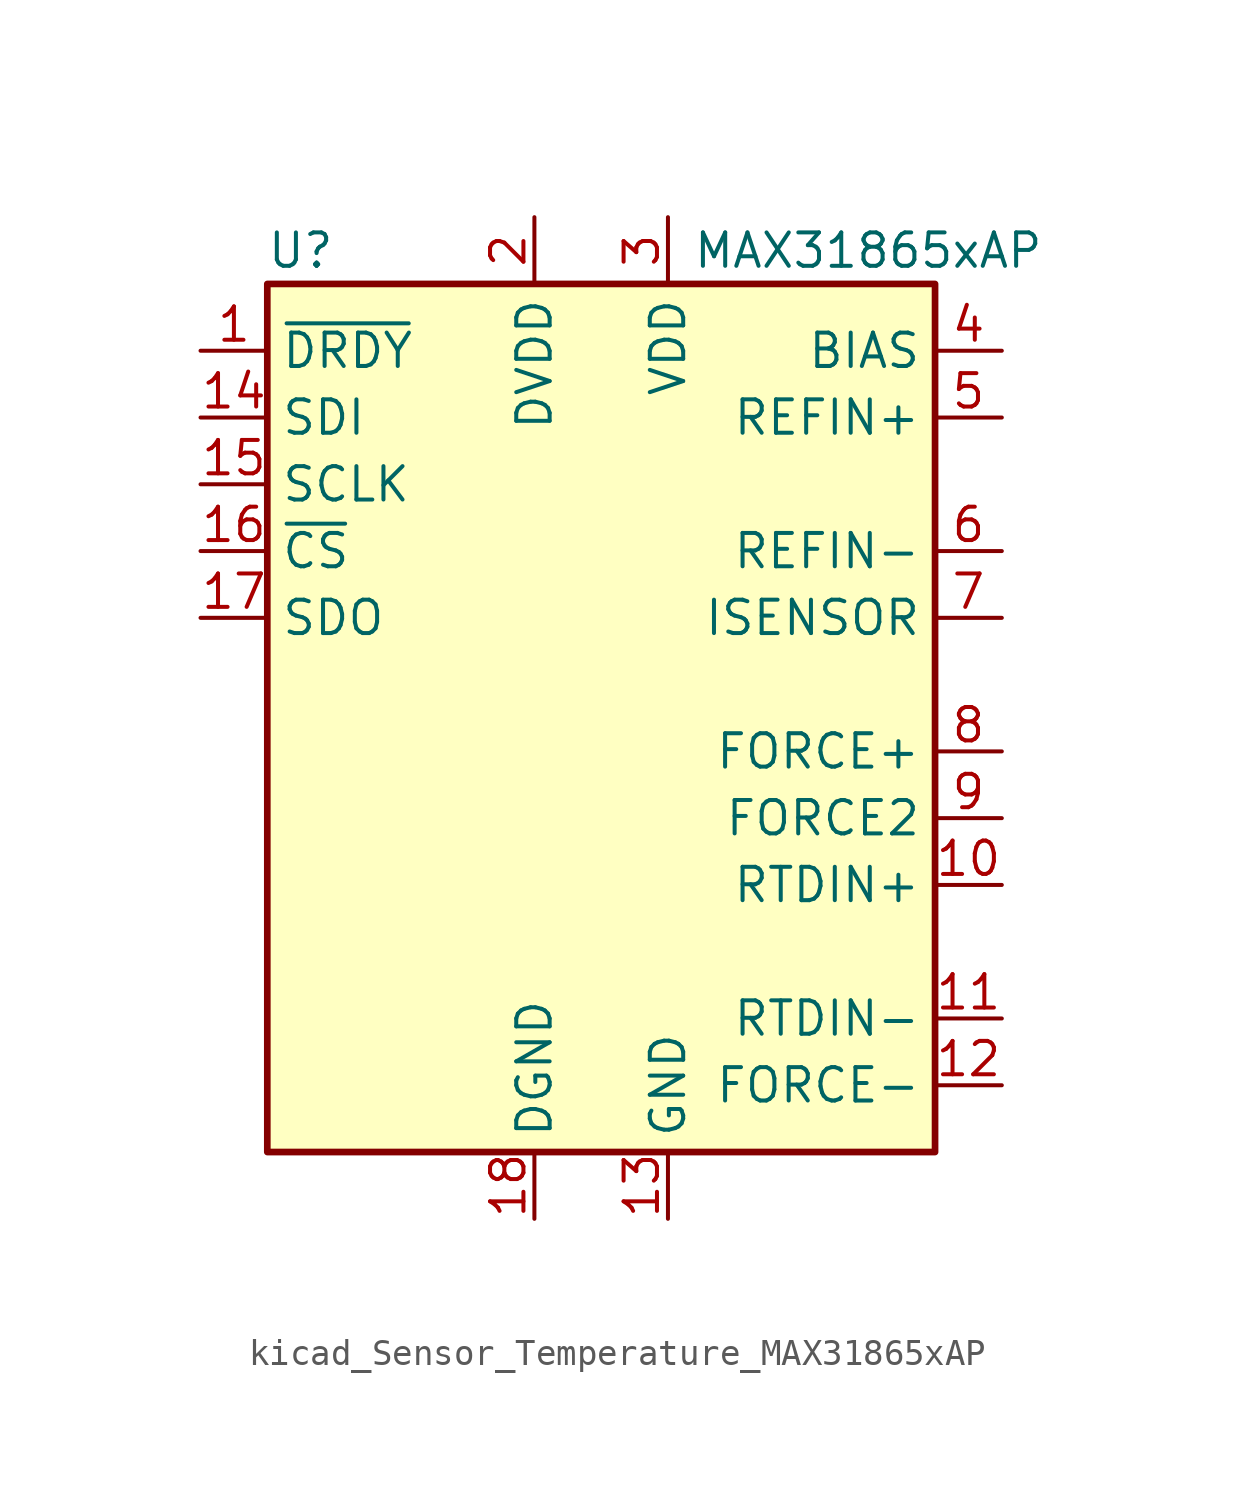
<source format=kicad_sym>
(kicad_symbol_lib
  (version 20220914)
  (generator kicad_symbol_editor)
  (symbol "kicad_Sensor_Temperature_MAX31865xAP"
    (property "Reference" "U"
      (at -11.43 19.05 0)
      (effects (font (size 1.27 1.27))))
    (property "Value" "MAX31865xAP"
      (at 10.16 19.05 0)
      (effects (font (size 1.27 1.27))))
    (symbol "kicad_Sensor_Temperature_MAX31865xAP_0_1"
      (rectangle (start -12.7 17.78) (end 12.7 -15.24) (stroke (width 0.254) (type default)) (fill (type background))))
    (symbol "kicad_Sensor_Temperature_MAX31865xAP_1_1"
      (pin output line (at -15.24 15.24 0) (length 2.54) (name "~{DRDY}" (effects (font (size 1.27 1.27)))) (number "1" (effects (font (size 1.27 1.27)))))
      (pin input line (at 15.24 -5.08 180) (length 2.54) (name "RTDIN+" (effects (font (size 1.27 1.27)))) (number "10" (effects (font (size 1.27 1.27)))))
      (pin input line (at 15.24 -10.16 180) (length 2.54) (name "RTDIN-" (effects (font (size 1.27 1.27)))) (number "11" (effects (font (size 1.27 1.27)))))
      (pin power_out line (at 15.24 -12.7 180) (length 2.54) (name "FORCE-" (effects (font (size 1.27 1.27)))) (number "12" (effects (font (size 1.27 1.27)))))
      (pin power_in line (at 2.54 -17.78 90) (length 2.54) (name "GND" (effects (font (size 1.27 1.27)))) (number "13" (effects (font (size 1.27 1.27)))))
      (pin input line (at -15.24 12.7 0) (length 2.54) (name "SDI" (effects (font (size 1.27 1.27)))) (number "14" (effects (font (size 1.27 1.27)))))
      (pin input line (at -15.24 10.16 0) (length 2.54) (name "SCLK" (effects (font (size 1.27 1.27)))) (number "15" (effects (font (size 1.27 1.27)))))
      (pin input line (at -15.24 7.62 0) (length 2.54) (name "~{CS}" (effects (font (size 1.27 1.27)))) (number "16" (effects (font (size 1.27 1.27)))))
      (pin tri_state line (at -15.24 5.08 0) (length 2.54) (name "SDO" (effects (font (size 1.27 1.27)))) (number "17" (effects (font (size 1.27 1.27)))))
      (pin power_in line (at -2.54 -17.78 90) (length 2.54) (name "DGND" (effects (font (size 1.27 1.27)))) (number "18" (effects (font (size 1.27 1.27)))))
      (pin passive line (at 2.54 -17.78 90) (length 2.54) hide (name "GND" (effects (font (size 1.27 1.27)))) (number "19" (effects (font (size 1.27 1.27)))))
      (pin power_in line (at -2.54 20.32 270) (length 2.54) (name "DVDD" (effects (font (size 1.27 1.27)))) (number "2" (effects (font (size 1.27 1.27)))))
      (pin no_connect line (at -12.7 -2.54 0) (length 2.54) hide (name "NC" (effects (font (size 1.27 1.27)))) (number "20" (effects (font (size 1.27 1.27)))))
      (pin power_in line (at 2.54 20.32 270) (length 2.54) (name "VDD" (effects (font (size 1.27 1.27)))) (number "3" (effects (font (size 1.27 1.27)))))
      (pin power_out line (at 15.24 15.24 180) (length 2.54) (name "BIAS" (effects (font (size 1.27 1.27)))) (number "4" (effects (font (size 1.27 1.27)))))
      (pin input line (at 15.24 12.7 180) (length 2.54) (name "REFIN+" (effects (font (size 1.27 1.27)))) (number "5" (effects (font (size 1.27 1.27)))))
      (pin input line (at 15.24 7.62 180) (length 2.54) (name "REFIN-" (effects (font (size 1.27 1.27)))) (number "6" (effects (font (size 1.27 1.27)))))
      (pin passive line (at 15.24 5.08 180) (length 2.54) (name "ISENSOR" (effects (font (size 1.27 1.27)))) (number "7" (effects (font (size 1.27 1.27)))))
      (pin passive line (at 15.24 0 180) (length 2.54) (name "FORCE+" (effects (font (size 1.27 1.27)))) (number "8" (effects (font (size 1.27 1.27)))))
      (pin input line (at 15.24 -2.54 180) (length 2.54) (name "FORCE2" (effects (font (size 1.27 1.27)))) (number "9" (effects (font (size 1.27 1.27))))))))
</source>
